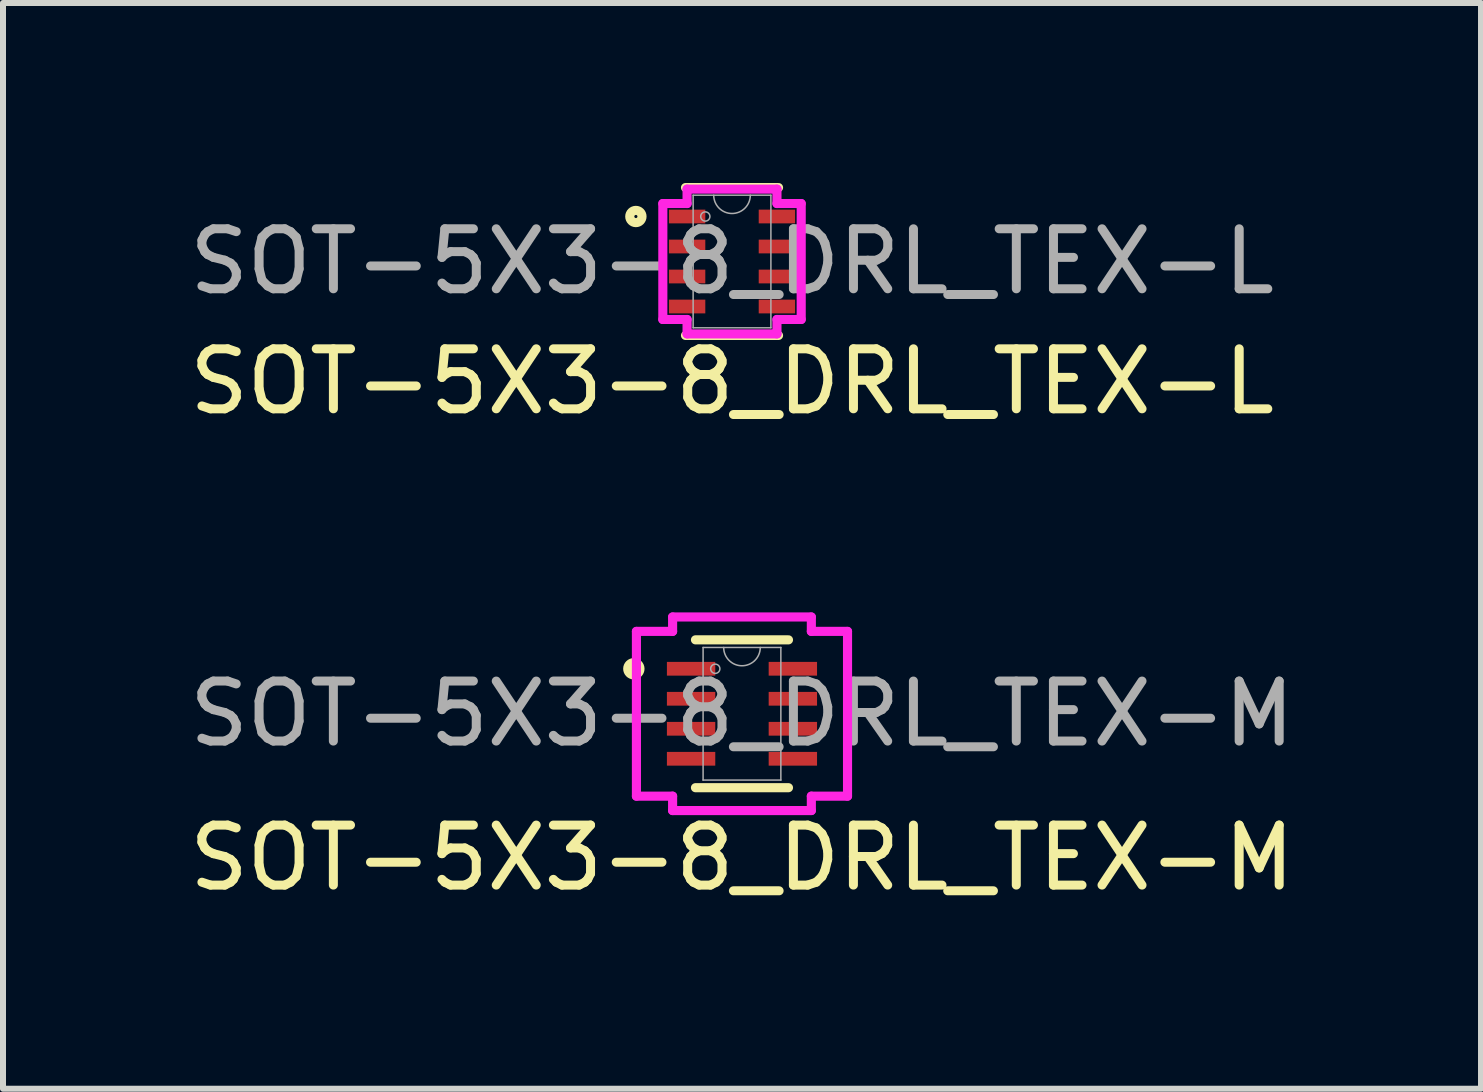
<source format=kicad_pcb>
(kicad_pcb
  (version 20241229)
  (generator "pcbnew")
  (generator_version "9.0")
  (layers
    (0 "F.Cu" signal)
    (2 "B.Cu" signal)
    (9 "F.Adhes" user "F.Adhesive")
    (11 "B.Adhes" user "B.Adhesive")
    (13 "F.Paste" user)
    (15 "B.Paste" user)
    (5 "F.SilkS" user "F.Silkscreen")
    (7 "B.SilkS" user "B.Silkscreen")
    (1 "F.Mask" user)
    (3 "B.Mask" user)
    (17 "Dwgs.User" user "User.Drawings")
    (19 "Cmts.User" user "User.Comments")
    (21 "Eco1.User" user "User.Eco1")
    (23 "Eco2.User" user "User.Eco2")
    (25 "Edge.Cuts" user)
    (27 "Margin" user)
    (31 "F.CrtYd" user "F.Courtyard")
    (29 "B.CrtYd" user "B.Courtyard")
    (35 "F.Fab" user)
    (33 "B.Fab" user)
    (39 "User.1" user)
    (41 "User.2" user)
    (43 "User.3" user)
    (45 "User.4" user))
  (footprint "SOT-5X3-8_DRL_TEX-M"
    (layer "F.Cu")
    (at 9.315 8.845)
    (property "Reference" "SOT-5X3-8_DRL_TEX-M" (at 0 2.4 0) (unlocked yes) (layer "F.SilkS") (effects (font (size 1 1) (thickness 0.15))))
    (attr smd)
    (fp_line (start -0.775 1.232) (end 0.775 1.232) (stroke (width 0.152) (type solid)) (layer "F.SilkS"))
    (fp_line (start 0.775 -1.232) (end -0.775 -1.232) (stroke (width 0.152) (type solid)) (layer "F.SilkS"))
    (fp_circle (center -1.802 -0.75) (end -1.7 -0.75) (stroke (width 0.152) (type solid)) (fill no) (layer "F.SilkS"))
    (fp_line (start -1.759 -1.373) (end -1.156 -1.373) (stroke (width 0.152) (type solid)) (layer "F.CrtYd"))
    (fp_line (start -1.759 1.373) (end -1.759 -1.373) (stroke (width 0.152) (type solid)) (layer "F.CrtYd"))
    (fp_line (start -1.759 1.373) (end -1.156 1.373) (stroke (width 0.152) (type solid)) (layer "F.CrtYd"))
    (fp_line (start -1.156 -1.613) (end 1.156 -1.613) (stroke (width 0.152) (type solid)) (layer "F.CrtYd"))
    (fp_line (start -1.156 -1.373) (end -1.156 -1.613) (stroke (width 0.152) (type solid)) (layer "F.CrtYd"))
    (fp_line (start -1.156 1.613) (end -1.156 1.373) (stroke (width 0.152) (type solid)) (layer "F.CrtYd"))
    (fp_line (start 1.156 -1.613) (end 1.156 -1.373) (stroke (width 0.152) (type solid)) (layer "F.CrtYd"))
    (fp_line (start 1.156 1.373) (end 1.156 1.613) (stroke (width 0.152) (type solid)) (layer "F.CrtYd"))
    (fp_line (start 1.156 1.613) (end -1.156 1.613) (stroke (width 0.152) (type solid)) (layer "F.CrtYd"))
    (fp_line (start 1.759 -1.373) (end 1.156 -1.373) (stroke (width 0.152) (type solid)) (layer "F.CrtYd"))
    (fp_line (start 1.759 -1.373) (end 1.759 1.373) (stroke (width 0.152) (type solid)) (layer "F.CrtYd"))
    (fp_line (start 1.759 1.373) (end 1.156 1.373) (stroke (width 0.152) (type solid)) (layer "F.CrtYd"))
    (fp_line (start -0.648 -1.105) (end -0.648 1.105) (stroke (width 0.025) (type solid)) (layer "F.Fab"))
    (fp_line (start -0.648 1.105) (end 0.648 1.105) (stroke (width 0.025) (type solid)) (layer "F.Fab"))
    (fp_line (start 0.648 -1.105) (end -0.648 -1.105) (stroke (width 0.025) (type solid)) (layer "F.Fab"))
    (fp_line (start 0.648 1.105) (end 0.648 -1.105) (stroke (width 0.025) (type solid)) (layer "F.Fab"))
    (fp_arc (start 0.3048 -1.1049) (mid 0 -0.8001) (end -0.3048 -1.1049) (stroke (width 0.0254) (type solid)) (layer "F.Fab"))
    (fp_circle (center -0.445 -0.75) (end -0.368 -0.75) (stroke (width 0.025) (type solid)) (fill no) (layer "F.Fab"))
    (fp_text user "${REFERENCE}" (at 0 0 0) (unlocked yes) (layer "F.Fab") (effects (font (size 1 1) (thickness 0.15))))
    (pad "1" smd rect (at -0.848 -0.75) (size 0.806 0.229) (layers "F.Cu" "F.Mask" "F.Paste"))
    (pad "2" smd rect (at -0.848 -0.25) (size 0.806 0.229) (layers "F.Cu" "F.Mask" "F.Paste"))
    (pad "3" smd rect (at -0.848 0.25) (size 0.806 0.229) (layers "F.Cu" "F.Mask" "F.Paste"))
    (pad "4" smd rect (at -0.848 0.75) (size 0.806 0.229) (layers "F.Cu" "F.Mask" "F.Paste"))
    (pad "5" smd rect (at 0.848 0.75) (size 0.806 0.229) (layers "F.Cu" "F.Mask" "F.Paste"))
    (pad "6" smd rect (at 0.848 0.25) (size 0.806 0.229) (layers "F.Cu" "F.Mask" "F.Paste"))
    (pad "7" smd rect (at 0.848 -0.25) (size 0.806 0.229) (layers "F.Cu" "F.Mask" "F.Paste"))
    (pad "8" smd rect (at 0.848 -0.75) (size 0.806 0.229) (layers "F.Cu" "F.Mask" "F.Paste")))
  (footprint "SOT-5X3-8_DRL_TEX-L"
    (layer "F.Cu")
    (at 9.149 1.308)
    (property "Reference" "SOT-5X3-8_DRL_TEX-L" (at 0 2 0) (unlocked yes) (layer "F.SilkS") (effects (font (size 1 1) (thickness 0.15))))
    (attr smd)
    (fp_line (start -0.775 1.232) (end 0.775 1.232) (stroke (width 0.152) (type solid)) (layer "F.SilkS"))
    (fp_line (start 0.775 -1.232) (end -0.775 -1.232) (stroke (width 0.152) (type solid)) (layer "F.SilkS"))
    (fp_circle (center -1.602 -0.75) (end -1.5 -0.75) (stroke (width 0.152) (type solid)) (fill no) (layer "F.SilkS"))
    (fp_line (start -1.153 -0.966) (end -0.749 -0.966) (stroke (width 0.152) (type solid)) (layer "F.CrtYd"))
    (fp_line (start -1.153 0.966) (end -1.153 -0.966) (stroke (width 0.152) (type solid)) (layer "F.CrtYd"))
    (fp_line (start -1.153 0.966) (end -0.749 0.966) (stroke (width 0.152) (type solid)) (layer "F.CrtYd"))
    (fp_line (start -0.749 -1.206) (end 0.749 -1.206) (stroke (width 0.152) (type solid)) (layer "F.CrtYd"))
    (fp_line (start -0.749 -0.966) (end -0.749 -1.206) (stroke (width 0.152) (type solid)) (layer "F.CrtYd"))
    (fp_line (start -0.749 1.206) (end -0.749 0.966) (stroke (width 0.152) (type solid)) (layer "F.CrtYd"))
    (fp_line (start 0.749 -1.206) (end 0.749 -0.966) (stroke (width 0.152) (type solid)) (layer "F.CrtYd"))
    (fp_line (start 0.749 0.966) (end 0.749 1.206) (stroke (width 0.152) (type solid)) (layer "F.CrtYd"))
    (fp_line (start 0.749 1.206) (end -0.749 1.206) (stroke (width 0.152) (type solid)) (layer "F.CrtYd"))
    (fp_line (start 1.153 -0.966) (end 0.749 -0.966) (stroke (width 0.152) (type solid)) (layer "F.CrtYd"))
    (fp_line (start 1.153 -0.966) (end 1.153 0.966) (stroke (width 0.152) (type solid)) (layer "F.CrtYd"))
    (fp_line (start 1.153 0.966) (end 0.749 0.966) (stroke (width 0.152) (type solid)) (layer "F.CrtYd"))
    (fp_line (start -0.648 -1.105) (end -0.648 1.105) (stroke (width 0.025) (type solid)) (layer "F.Fab"))
    (fp_line (start -0.648 1.105) (end 0.648 1.105) (stroke (width 0.025) (type solid)) (layer "F.Fab"))
    (fp_line (start 0.648 -1.105) (end -0.648 -1.105) (stroke (width 0.025) (type solid)) (layer "F.Fab"))
    (fp_line (start 0.648 1.105) (end 0.648 -1.105) (stroke (width 0.025) (type solid)) (layer "F.Fab"))
    (fp_arc (start 0.3048 -1.1049) (mid 0 -0.8001) (end -0.3048 -1.1049) (stroke (width 0.0254) (type solid)) (layer "F.Fab"))
    (fp_circle (center -0.445 -0.75) (end -0.368 -0.75) (stroke (width 0.025) (type solid)) (fill no) (layer "F.Fab"))
    (fp_text user "${REFERENCE}" (at 0 0 0) (unlocked yes) (layer "F.Fab") (effects (font (size 1 1) (thickness 0.15))))
    (pad "1" smd rect (at -0.748 -0.75) (size 0.606 0.229) (layers "F.Cu" "F.Mask" "F.Paste"))
    (pad "2" smd rect (at -0.748 -0.25) (size 0.606 0.229) (layers "F.Cu" "F.Mask" "F.Paste"))
    (pad "3" smd rect (at -0.748 0.25) (size 0.606 0.229) (layers "F.Cu" "F.Mask" "F.Paste"))
    (pad "4" smd rect (at -0.748 0.75) (size 0.606 0.229) (layers "F.Cu" "F.Mask" "F.Paste"))
    (pad "5" smd rect (at 0.748 0.75) (size 0.606 0.229) (layers "F.Cu" "F.Mask" "F.Paste"))
    (pad "6" smd rect (at 0.748 0.25) (size 0.606 0.229) (layers "F.Cu" "F.Mask" "F.Paste"))
    (pad "7" smd rect (at 0.748 -0.25) (size 0.606 0.229) (layers "F.Cu" "F.Mask" "F.Paste"))
    (pad "8" smd rect (at 0.748 -0.75) (size 0.606 0.229) (layers "F.Cu" "F.Mask" "F.Paste")))
  (gr_rect
    (start -3 -3)
    (end 21.631 15.094)
    (stroke (width 0.1) (type default))
    (fill no)
    (layer "Edge.Cuts")))
</source>
